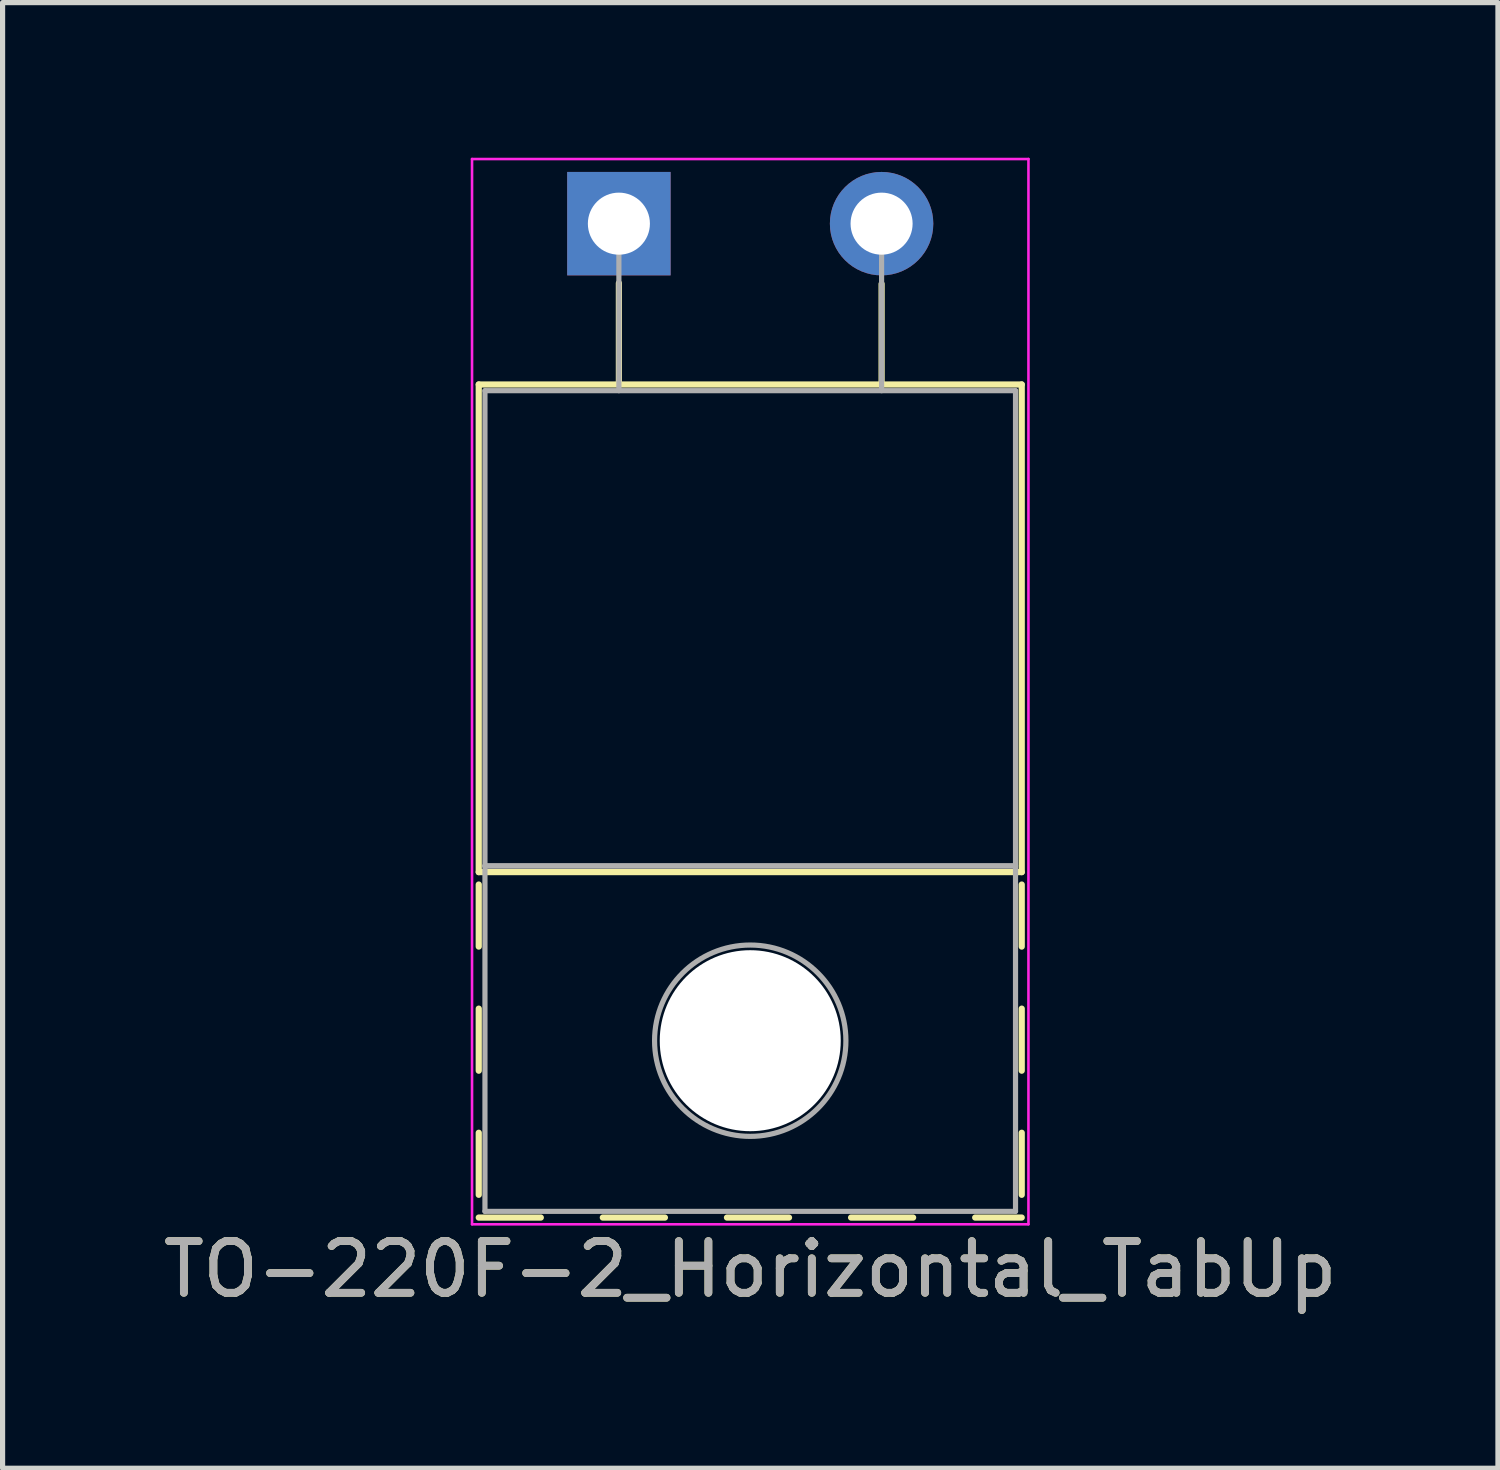
<source format=kicad_pcb>
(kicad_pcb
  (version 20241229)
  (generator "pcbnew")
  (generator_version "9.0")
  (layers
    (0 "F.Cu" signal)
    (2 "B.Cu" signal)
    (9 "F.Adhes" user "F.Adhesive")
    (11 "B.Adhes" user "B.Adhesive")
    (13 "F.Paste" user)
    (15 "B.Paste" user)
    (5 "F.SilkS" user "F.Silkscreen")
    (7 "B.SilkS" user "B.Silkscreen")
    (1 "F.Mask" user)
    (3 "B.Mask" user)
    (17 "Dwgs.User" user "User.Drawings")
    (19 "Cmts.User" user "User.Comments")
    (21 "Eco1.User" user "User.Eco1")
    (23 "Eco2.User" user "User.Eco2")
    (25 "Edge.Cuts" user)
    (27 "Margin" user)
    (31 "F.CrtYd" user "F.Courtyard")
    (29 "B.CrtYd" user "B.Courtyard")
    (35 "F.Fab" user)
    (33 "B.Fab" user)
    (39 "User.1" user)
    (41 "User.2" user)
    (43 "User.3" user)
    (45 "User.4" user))
  (footprint "TO-220F-2_Horizontal_TabUp"
    (layer "F.Cu")
    (at 8.918 1.275)
    (property "Reference" "TO-220F-2_Horizontal_TabUp" (at 2.54 20.22 0) (layer "F.SilkS") (effects (font (size 1 1) (thickness 0.15))))
    (attr through_hole)
    (fp_line (start -2.71 3.11) (end -2.71 12.54) (stroke (width 0.12) (type solid)) (layer "F.SilkS"))
    (fp_line (start -2.71 3.11) (end 7.79 3.11) (stroke (width 0.12) (type solid)) (layer "F.SilkS"))
    (fp_line (start -2.71 12.54) (end 7.79 12.54) (stroke (width 0.12) (type solid)) (layer "F.SilkS"))
    (fp_line (start -2.71 12.78) (end -2.71 13.98) (stroke (width 0.12) (type solid)) (layer "F.SilkS"))
    (fp_line (start -2.71 15.18) (end -2.71 16.38) (stroke (width 0.12) (type solid)) (layer "F.SilkS"))
    (fp_line (start -2.71 17.58) (end -2.71 18.78) (stroke (width 0.12) (type solid)) (layer "F.SilkS"))
    (fp_line (start -2.71 19.22) (end -1.51 19.22) (stroke (width 0.12) (type solid)) (layer "F.SilkS"))
    (fp_line (start -0.311 19.22) (end 0.89 19.22) (stroke (width 0.12) (type solid)) (layer "F.SilkS"))
    (fp_line (start 0 1.15) (end 0 3.11) (stroke (width 0.12) (type solid)) (layer "F.SilkS"))
    (fp_line (start 2.09 19.22) (end 3.29 19.22) (stroke (width 0.12) (type solid)) (layer "F.SilkS"))
    (fp_line (start 4.49 19.22) (end 5.69 19.22) (stroke (width 0.12) (type solid)) (layer "F.SilkS"))
    (fp_line (start 5.08 1.165) (end 5.08 3.11) (stroke (width 0.12) (type solid)) (layer "F.SilkS"))
    (fp_line (start 6.89 19.22) (end 7.79 19.22) (stroke (width 0.12) (type solid)) (layer "F.SilkS"))
    (fp_line (start 7.79 3.11) (end 7.79 12.54) (stroke (width 0.12) (type solid)) (layer "F.SilkS"))
    (fp_line (start 7.79 12.78) (end 7.79 13.98) (stroke (width 0.12) (type solid)) (layer "F.SilkS"))
    (fp_line (start 7.79 15.18) (end 7.79 16.38) (stroke (width 0.12) (type solid)) (layer "F.SilkS"))
    (fp_line (start 7.79 17.58) (end 7.79 18.78) (stroke (width 0.12) (type solid)) (layer "F.SilkS"))
    (fp_line (start -2.84 -1.25) (end -2.84 19.35) (stroke (width 0.05) (type solid)) (layer "F.CrtYd"))
    (fp_line (start -2.84 19.35) (end 7.92 19.35) (stroke (width 0.05) (type solid)) (layer "F.CrtYd"))
    (fp_line (start 7.92 -1.25) (end -2.84 -1.25) (stroke (width 0.05) (type solid)) (layer "F.CrtYd"))
    (fp_line (start 7.92 19.35) (end 7.92 -1.25) (stroke (width 0.05) (type solid)) (layer "F.CrtYd"))
    (fp_line (start -2.59 3.23) (end -2.59 12.42) (stroke (width 0.1) (type solid)) (layer "F.Fab"))
    (fp_line (start -2.59 12.42) (end -2.59 19.1) (stroke (width 0.1) (type solid)) (layer "F.Fab"))
    (fp_line (start -2.59 12.42) (end 7.67 12.42) (stroke (width 0.1) (type solid)) (layer "F.Fab"))
    (fp_line (start -2.59 19.1) (end 7.67 19.1) (stroke (width 0.1) (type solid)) (layer "F.Fab"))
    (fp_line (start 0 3.23) (end 0 0) (stroke (width 0.1) (type solid)) (layer "F.Fab"))
    (fp_line (start 5.08 3.23) (end 5.08 0) (stroke (width 0.1) (type solid)) (layer "F.Fab"))
    (fp_line (start 7.67 3.23) (end -2.59 3.23) (stroke (width 0.1) (type solid)) (layer "F.Fab"))
    (fp_line (start 7.67 12.42) (end -2.59 12.42) (stroke (width 0.1) (type solid)) (layer "F.Fab"))
    (fp_line (start 7.67 12.42) (end 7.67 3.23) (stroke (width 0.1) (type solid)) (layer "F.Fab"))
    (fp_line (start 7.67 19.1) (end 7.67 12.42) (stroke (width 0.1) (type solid)) (layer "F.Fab"))
    (fp_circle (center 2.54 15.8) (end 4.39 15.8) (stroke (width 0.1) (type solid)) (fill no) (layer "F.Fab"))
    (fp_text user "${REFERENCE}" (at 2.54 20.22 0) (layer "F.Fab") (effects (font (size 1 1) (thickness 0.15))))
    (pad "" np_thru_hole oval (at 2.54 15.8) (size 3.5 3.5) (drill 3.5) (layers "*.Cu" "*.Mask"))
    (pad "1" thru_hole rect (at 0 0) (size 2 2) (drill 1.2) (layers "*.Cu" "*.Mask"))
    (pad "2" thru_hole oval (at 5.08 0) (size 2 2) (drill 1.2) (layers "*.Cu" "*.Mask")))
  (gr_rect
    (start -3 -3)
    (end 25.917 25.343)
    (stroke (width 0.1) (type default))
    (fill no)
    (layer "Edge.Cuts")))
</source>
